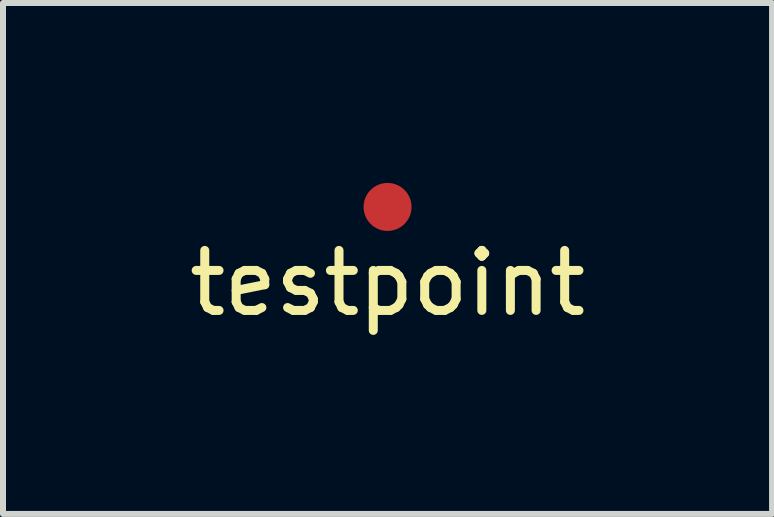
<source format=kicad_pcb>
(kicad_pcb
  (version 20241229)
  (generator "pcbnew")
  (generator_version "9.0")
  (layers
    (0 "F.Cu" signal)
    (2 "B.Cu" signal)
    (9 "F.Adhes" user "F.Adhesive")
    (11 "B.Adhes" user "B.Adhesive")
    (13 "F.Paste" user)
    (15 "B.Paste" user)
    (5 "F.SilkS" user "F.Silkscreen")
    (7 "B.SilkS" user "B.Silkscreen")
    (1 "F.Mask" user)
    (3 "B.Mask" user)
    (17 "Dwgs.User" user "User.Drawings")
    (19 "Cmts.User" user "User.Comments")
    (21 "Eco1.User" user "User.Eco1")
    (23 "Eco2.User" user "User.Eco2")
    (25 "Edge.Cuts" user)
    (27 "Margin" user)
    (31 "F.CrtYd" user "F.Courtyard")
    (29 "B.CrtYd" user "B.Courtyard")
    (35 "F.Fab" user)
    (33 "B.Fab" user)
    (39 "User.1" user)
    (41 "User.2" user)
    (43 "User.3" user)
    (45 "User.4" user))
  (footprint "testpoint"
    (layer "F.Cu")
    (at 3.411 0.4)
    (property "Reference" "testpoint" (at 0 1.27 0) (layer "F.SilkS") (effects (font (size 1 1) (thickness 0.15))))
    (attr through_hole)
    (pad "1" smd circle (at 0 0) (size 0.8 0.8) (layers "F.Cu" "F.Mask" "F.Paste")))
  (gr_rect
    (start -3 -3)
    (end 9.821 5.518)
    (stroke (width 0.1) (type default))
    (fill no)
    (layer "Edge.Cuts")))
</source>
